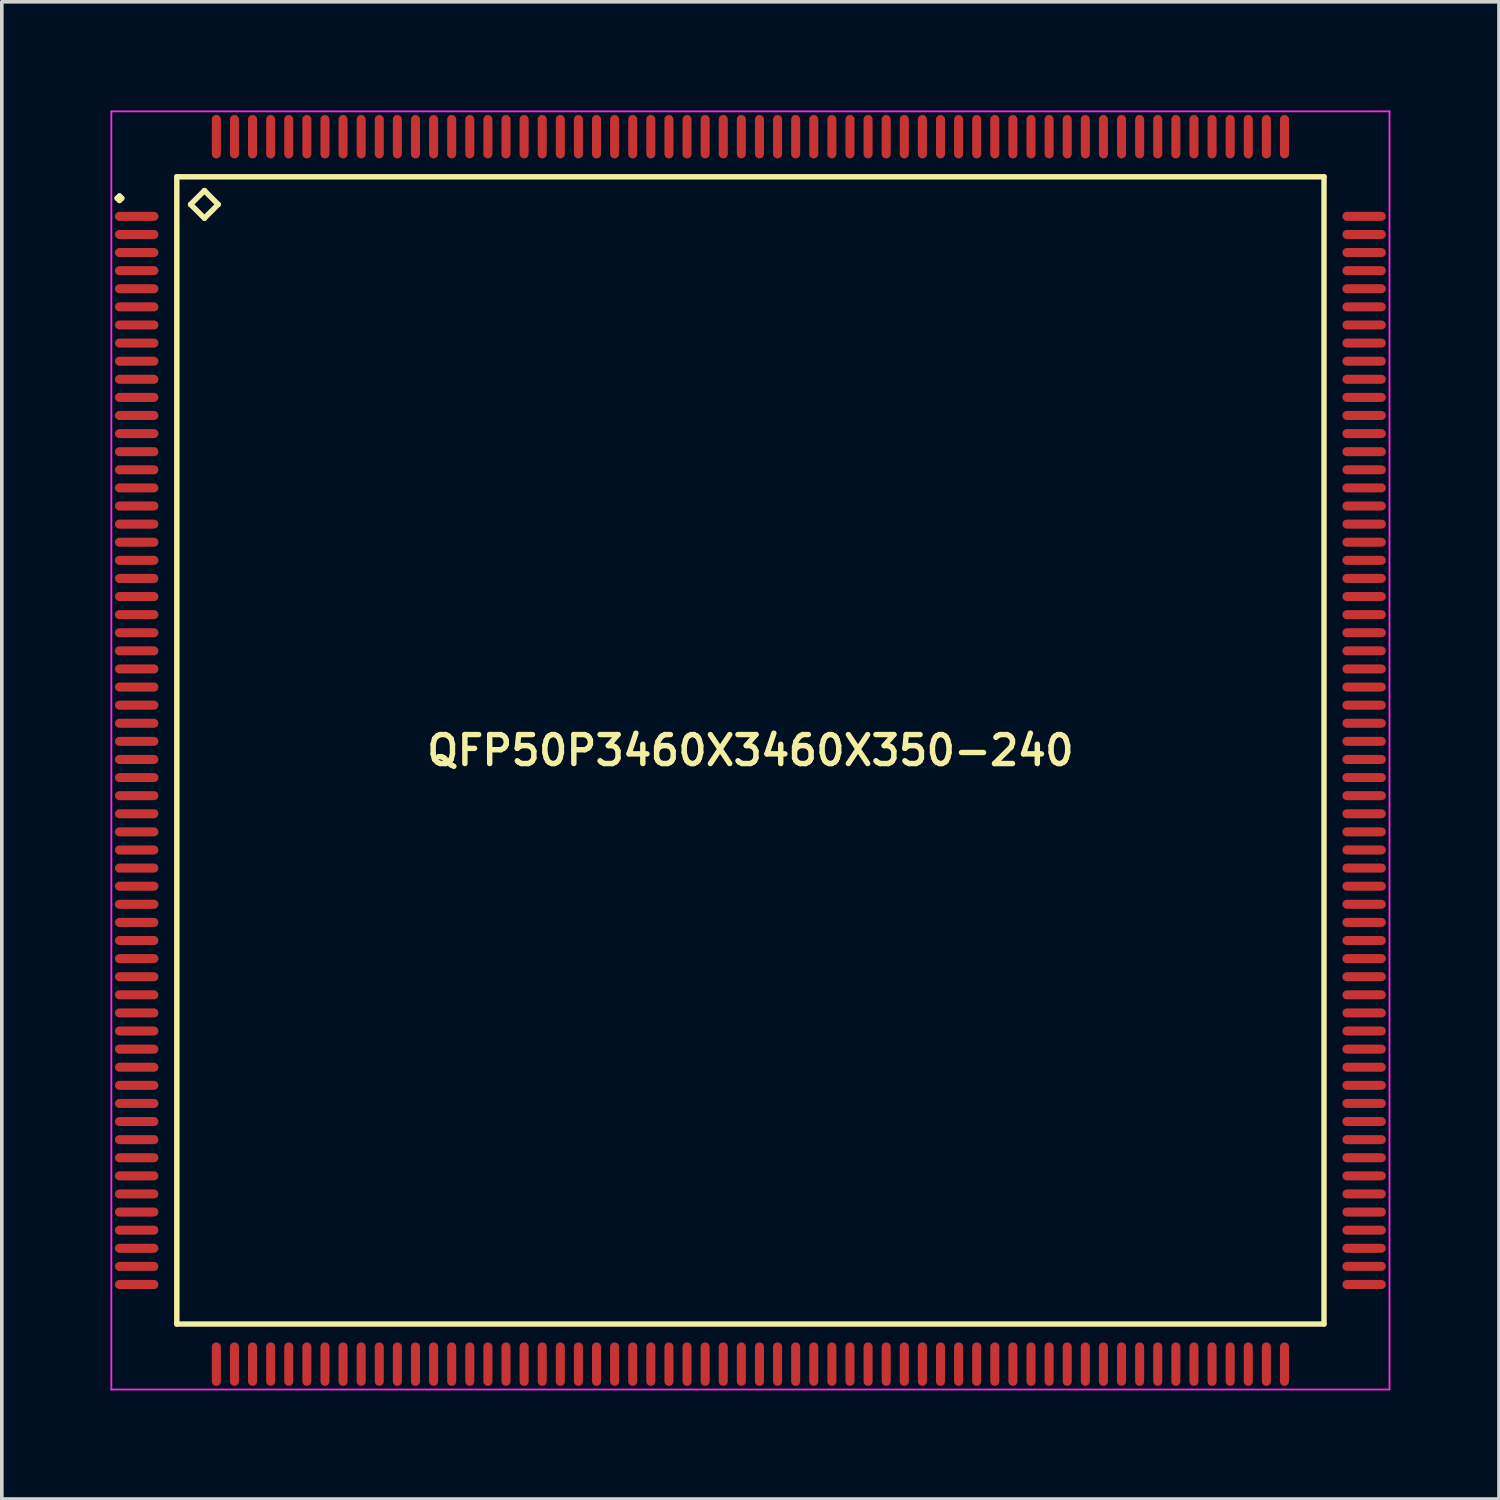
<source format=kicad_pcb>
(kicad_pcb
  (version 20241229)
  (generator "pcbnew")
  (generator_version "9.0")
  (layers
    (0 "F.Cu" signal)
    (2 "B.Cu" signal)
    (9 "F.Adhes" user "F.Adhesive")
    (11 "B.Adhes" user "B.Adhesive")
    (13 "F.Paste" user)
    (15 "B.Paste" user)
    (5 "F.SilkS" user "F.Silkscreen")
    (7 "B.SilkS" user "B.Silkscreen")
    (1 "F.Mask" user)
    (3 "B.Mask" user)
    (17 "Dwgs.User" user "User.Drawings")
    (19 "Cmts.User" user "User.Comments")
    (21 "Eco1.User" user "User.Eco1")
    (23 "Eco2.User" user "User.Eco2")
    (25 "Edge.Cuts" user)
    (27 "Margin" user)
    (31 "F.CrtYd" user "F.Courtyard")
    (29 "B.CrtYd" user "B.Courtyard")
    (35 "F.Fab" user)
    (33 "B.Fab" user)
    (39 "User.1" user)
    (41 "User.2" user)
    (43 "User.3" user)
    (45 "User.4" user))
  (footprint "QFP50P3460X3460X350-240"
    (layer "F.Cu")
    (at 17.675 17.675)
    (property "Reference" "QFP50P3460X3460X350-240" (at 0 0 0) (layer "F.SilkS") (effects (font (size 0.8 0.8) (thickness 0.15))))
    (attr smd)
    (fp_line (start -17.488 -15.25) (end -17.425 -15.312) (stroke (width 0.15) (type solid)) (layer "F.SilkS"))
    (fp_line (start -17.425 -15.312) (end -17.363 -15.25) (stroke (width 0.15) (type solid)) (layer "F.SilkS"))
    (fp_line (start -17.425 -15.188) (end -17.488 -15.25) (stroke (width 0.15) (type solid)) (layer "F.SilkS"))
    (fp_line (start -17.363 -15.25) (end -17.425 -15.188) (stroke (width 0.15) (type solid)) (layer "F.SilkS"))
    (fp_line (start -15.842 -15.842) (end -15.842 15.842) (stroke (width 0.15) (type solid)) (layer "F.SilkS"))
    (fp_line (start -15.842 15.842) (end 15.842 15.842) (stroke (width 0.15) (type solid)) (layer "F.SilkS"))
    (fp_line (start -15.461 -15.08) (end -15.08 -15.461) (stroke (width 0.15) (type solid)) (layer "F.SilkS"))
    (fp_line (start -15.08 -15.461) (end -14.699 -15.08) (stroke (width 0.15) (type solid)) (layer "F.SilkS"))
    (fp_line (start -15.08 -14.699) (end -15.461 -15.08) (stroke (width 0.15) (type solid)) (layer "F.SilkS"))
    (fp_line (start -14.699 -15.08) (end -15.08 -14.699) (stroke (width 0.15) (type solid)) (layer "F.SilkS"))
    (fp_line (start 15.842 -15.842) (end -15.842 -15.842) (stroke (width 0.15) (type solid)) (layer "F.SilkS"))
    (fp_line (start 15.842 15.842) (end 15.842 -15.842) (stroke (width 0.15) (type solid)) (layer "F.SilkS"))
    (fp_line (start -17.65 -17.65) (end 17.65 -17.65) (stroke (width 0.05) (type solid)) (layer "F.CrtYd"))
    (fp_line (start -17.65 17.65) (end -17.65 -17.65) (stroke (width 0.05) (type solid)) (layer "F.CrtYd"))
    (fp_line (start 17.65 -17.65) (end 17.65 17.65) (stroke (width 0.05) (type solid)) (layer "F.CrtYd"))
    (fp_line (start 17.65 17.65) (end -17.65 17.65) (stroke (width 0.05) (type solid)) (layer "F.CrtYd"))
    (pad "1" smd oval (at -16.95 -14.75) (size 1.2 0.25) (layers "F.Cu" "F.Mask" "F.Paste"))
    (pad "2" smd oval (at -16.95 -14.25) (size 1.2 0.25) (layers "F.Cu" "F.Mask" "F.Paste"))
    (pad "3" smd oval (at -16.95 -13.75) (size 1.2 0.25) (layers "F.Cu" "F.Mask" "F.Paste"))
    (pad "4" smd oval (at -16.95 -13.25) (size 1.2 0.25) (layers "F.Cu" "F.Mask" "F.Paste"))
    (pad "5" smd oval (at -16.95 -12.75) (size 1.2 0.25) (layers "F.Cu" "F.Mask" "F.Paste"))
    (pad "6" smd oval (at -16.95 -12.25) (size 1.2 0.25) (layers "F.Cu" "F.Mask" "F.Paste"))
    (pad "7" smd oval (at -16.95 -11.75) (size 1.2 0.25) (layers "F.Cu" "F.Mask" "F.Paste"))
    (pad "8" smd oval (at -16.95 -11.25) (size 1.2 0.25) (layers "F.Cu" "F.Mask" "F.Paste"))
    (pad "9" smd oval (at -16.95 -10.75) (size 1.2 0.25) (layers "F.Cu" "F.Mask" "F.Paste"))
    (pad "10" smd oval (at -16.95 -10.25) (size 1.2 0.25) (layers "F.Cu" "F.Mask" "F.Paste"))
    (pad "11" smd oval (at -16.95 -9.75) (size 1.2 0.25) (layers "F.Cu" "F.Mask" "F.Paste"))
    (pad "12" smd oval (at -16.95 -9.25) (size 1.2 0.25) (layers "F.Cu" "F.Mask" "F.Paste"))
    (pad "13" smd oval (at -16.95 -8.75) (size 1.2 0.25) (layers "F.Cu" "F.Mask" "F.Paste"))
    (pad "14" smd oval (at -16.95 -8.25) (size 1.2 0.25) (layers "F.Cu" "F.Mask" "F.Paste"))
    (pad "15" smd oval (at -16.95 -7.75) (size 1.2 0.25) (layers "F.Cu" "F.Mask" "F.Paste"))
    (pad "16" smd oval (at -16.95 -7.25) (size 1.2 0.25) (layers "F.Cu" "F.Mask" "F.Paste"))
    (pad "17" smd oval (at -16.95 -6.75) (size 1.2 0.25) (layers "F.Cu" "F.Mask" "F.Paste"))
    (pad "18" smd oval (at -16.95 -6.25) (size 1.2 0.25) (layers "F.Cu" "F.Mask" "F.Paste"))
    (pad "19" smd oval (at -16.95 -5.75) (size 1.2 0.25) (layers "F.Cu" "F.Mask" "F.Paste"))
    (pad "20" smd oval (at -16.95 -5.25) (size 1.2 0.25) (layers "F.Cu" "F.Mask" "F.Paste"))
    (pad "21" smd oval (at -16.95 -4.75) (size 1.2 0.25) (layers "F.Cu" "F.Mask" "F.Paste"))
    (pad "22" smd oval (at -16.95 -4.25) (size 1.2 0.25) (layers "F.Cu" "F.Mask" "F.Paste"))
    (pad "23" smd oval (at -16.95 -3.75) (size 1.2 0.25) (layers "F.Cu" "F.Mask" "F.Paste"))
    (pad "24" smd oval (at -16.95 -3.25) (size 1.2 0.25) (layers "F.Cu" "F.Mask" "F.Paste"))
    (pad "25" smd oval (at -16.95 -2.75) (size 1.2 0.25) (layers "F.Cu" "F.Mask" "F.Paste"))
    (pad "26" smd oval (at -16.95 -2.25) (size 1.2 0.25) (layers "F.Cu" "F.Mask" "F.Paste"))
    (pad "27" smd oval (at -16.95 -1.75) (size 1.2 0.25) (layers "F.Cu" "F.Mask" "F.Paste"))
    (pad "28" smd oval (at -16.95 -1.25) (size 1.2 0.25) (layers "F.Cu" "F.Mask" "F.Paste"))
    (pad "29" smd oval (at -16.95 -0.75) (size 1.2 0.25) (layers "F.Cu" "F.Mask" "F.Paste"))
    (pad "30" smd oval (at -16.95 -0.25) (size 1.2 0.25) (layers "F.Cu" "F.Mask" "F.Paste"))
    (pad "31" smd oval (at -16.95 0.25) (size 1.2 0.25) (layers "F.Cu" "F.Mask" "F.Paste"))
    (pad "32" smd oval (at -16.95 0.75) (size 1.2 0.25) (layers "F.Cu" "F.Mask" "F.Paste"))
    (pad "33" smd oval (at -16.95 1.25) (size 1.2 0.25) (layers "F.Cu" "F.Mask" "F.Paste"))
    (pad "34" smd oval (at -16.95 1.75) (size 1.2 0.25) (layers "F.Cu" "F.Mask" "F.Paste"))
    (pad "35" smd oval (at -16.95 2.25) (size 1.2 0.25) (layers "F.Cu" "F.Mask" "F.Paste"))
    (pad "36" smd oval (at -16.95 2.75) (size 1.2 0.25) (layers "F.Cu" "F.Mask" "F.Paste"))
    (pad "37" smd oval (at -16.95 3.25) (size 1.2 0.25) (layers "F.Cu" "F.Mask" "F.Paste"))
    (pad "38" smd oval (at -16.95 3.75) (size 1.2 0.25) (layers "F.Cu" "F.Mask" "F.Paste"))
    (pad "39" smd oval (at -16.95 4.25) (size 1.2 0.25) (layers "F.Cu" "F.Mask" "F.Paste"))
    (pad "40" smd oval (at -16.95 4.75) (size 1.2 0.25) (layers "F.Cu" "F.Mask" "F.Paste"))
    (pad "41" smd oval (at -16.95 5.25) (size 1.2 0.25) (layers "F.Cu" "F.Mask" "F.Paste"))
    (pad "42" smd oval (at -16.95 5.75) (size 1.2 0.25) (layers "F.Cu" "F.Mask" "F.Paste"))
    (pad "43" smd oval (at -16.95 6.25) (size 1.2 0.25) (layers "F.Cu" "F.Mask" "F.Paste"))
    (pad "44" smd oval (at -16.95 6.75) (size 1.2 0.25) (layers "F.Cu" "F.Mask" "F.Paste"))
    (pad "45" smd oval (at -16.95 7.25) (size 1.2 0.25) (layers "F.Cu" "F.Mask" "F.Paste"))
    (pad "46" smd oval (at -16.95 7.75) (size 1.2 0.25) (layers "F.Cu" "F.Mask" "F.Paste"))
    (pad "47" smd oval (at -16.95 8.25) (size 1.2 0.25) (layers "F.Cu" "F.Mask" "F.Paste"))
    (pad "48" smd oval (at -16.95 8.75) (size 1.2 0.25) (layers "F.Cu" "F.Mask" "F.Paste"))
    (pad "49" smd oval (at -16.95 9.25) (size 1.2 0.25) (layers "F.Cu" "F.Mask" "F.Paste"))
    (pad "50" smd oval (at -16.95 9.75) (size 1.2 0.25) (layers "F.Cu" "F.Mask" "F.Paste"))
    (pad "51" smd oval (at -16.95 10.25) (size 1.2 0.25) (layers "F.Cu" "F.Mask" "F.Paste"))
    (pad "52" smd oval (at -16.95 10.75) (size 1.2 0.25) (layers "F.Cu" "F.Mask" "F.Paste"))
    (pad "53" smd oval (at -16.95 11.25) (size 1.2 0.25) (layers "F.Cu" "F.Mask" "F.Paste"))
    (pad "54" smd oval (at -16.95 11.75) (size 1.2 0.25) (layers "F.Cu" "F.Mask" "F.Paste"))
    (pad "55" smd oval (at -16.95 12.25) (size 1.2 0.25) (layers "F.Cu" "F.Mask" "F.Paste"))
    (pad "56" smd oval (at -16.95 12.75) (size 1.2 0.25) (layers "F.Cu" "F.Mask" "F.Paste"))
    (pad "57" smd oval (at -16.95 13.25) (size 1.2 0.25) (layers "F.Cu" "F.Mask" "F.Paste"))
    (pad "58" smd oval (at -16.95 13.75) (size 1.2 0.25) (layers "F.Cu" "F.Mask" "F.Paste"))
    (pad "59" smd oval (at -16.95 14.25) (size 1.2 0.25) (layers "F.Cu" "F.Mask" "F.Paste"))
    (pad "60" smd oval (at -16.95 14.75) (size 1.2 0.25) (layers "F.Cu" "F.Mask" "F.Paste"))
    (pad "61" smd oval (at -14.75 16.95) (size 0.25 1.2) (layers "F.Cu" "F.Mask" "F.Paste"))
    (pad "62" smd oval (at -14.25 16.95) (size 0.25 1.2) (layers "F.Cu" "F.Mask" "F.Paste"))
    (pad "63" smd oval (at -13.75 16.95) (size 0.25 1.2) (layers "F.Cu" "F.Mask" "F.Paste"))
    (pad "64" smd oval (at -13.25 16.95) (size 0.25 1.2) (layers "F.Cu" "F.Mask" "F.Paste"))
    (pad "65" smd oval (at -12.75 16.95) (size 0.25 1.2) (layers "F.Cu" "F.Mask" "F.Paste"))
    (pad "66" smd oval (at -12.25 16.95) (size 0.25 1.2) (layers "F.Cu" "F.Mask" "F.Paste"))
    (pad "67" smd oval (at -11.75 16.95) (size 0.25 1.2) (layers "F.Cu" "F.Mask" "F.Paste"))
    (pad "68" smd oval (at -11.25 16.95) (size 0.25 1.2) (layers "F.Cu" "F.Mask" "F.Paste"))
    (pad "69" smd oval (at -10.75 16.95) (size 0.25 1.2) (layers "F.Cu" "F.Mask" "F.Paste"))
    (pad "70" smd oval (at -10.25 16.95) (size 0.25 1.2) (layers "F.Cu" "F.Mask" "F.Paste"))
    (pad "71" smd oval (at -9.75 16.95) (size 0.25 1.2) (layers "F.Cu" "F.Mask" "F.Paste"))
    (pad "72" smd oval (at -9.25 16.95) (size 0.25 1.2) (layers "F.Cu" "F.Mask" "F.Paste"))
    (pad "73" smd oval (at -8.75 16.95) (size 0.25 1.2) (layers "F.Cu" "F.Mask" "F.Paste"))
    (pad "74" smd oval (at -8.25 16.95) (size 0.25 1.2) (layers "F.Cu" "F.Mask" "F.Paste"))
    (pad "75" smd oval (at -7.75 16.95) (size 0.25 1.2) (layers "F.Cu" "F.Mask" "F.Paste"))
    (pad "76" smd oval (at -7.25 16.95) (size 0.25 1.2) (layers "F.Cu" "F.Mask" "F.Paste"))
    (pad "77" smd oval (at -6.75 16.95) (size 0.25 1.2) (layers "F.Cu" "F.Mask" "F.Paste"))
    (pad "78" smd oval (at -6.25 16.95) (size 0.25 1.2) (layers "F.Cu" "F.Mask" "F.Paste"))
    (pad "79" smd oval (at -5.75 16.95) (size 0.25 1.2) (layers "F.Cu" "F.Mask" "F.Paste"))
    (pad "80" smd oval (at -5.25 16.95) (size 0.25 1.2) (layers "F.Cu" "F.Mask" "F.Paste"))
    (pad "81" smd oval (at -4.75 16.95) (size 0.25 1.2) (layers "F.Cu" "F.Mask" "F.Paste"))
    (pad "82" smd oval (at -4.25 16.95) (size 0.25 1.2) (layers "F.Cu" "F.Mask" "F.Paste"))
    (pad "83" smd oval (at -3.75 16.95) (size 0.25 1.2) (layers "F.Cu" "F.Mask" "F.Paste"))
    (pad "84" smd oval (at -3.25 16.95) (size 0.25 1.2) (layers "F.Cu" "F.Mask" "F.Paste"))
    (pad "85" smd oval (at -2.75 16.95) (size 0.25 1.2) (layers "F.Cu" "F.Mask" "F.Paste"))
    (pad "86" smd oval (at -2.25 16.95) (size 0.25 1.2) (layers "F.Cu" "F.Mask" "F.Paste"))
    (pad "87" smd oval (at -1.75 16.95) (size 0.25 1.2) (layers "F.Cu" "F.Mask" "F.Paste"))
    (pad "88" smd oval (at -1.25 16.95) (size 0.25 1.2) (layers "F.Cu" "F.Mask" "F.Paste"))
    (pad "89" smd oval (at -0.75 16.95) (size 0.25 1.2) (layers "F.Cu" "F.Mask" "F.Paste"))
    (pad "90" smd oval (at -0.25 16.95) (size 0.25 1.2) (layers "F.Cu" "F.Mask" "F.Paste"))
    (pad "91" smd oval (at 0.25 16.95) (size 0.25 1.2) (layers "F.Cu" "F.Mask" "F.Paste"))
    (pad "92" smd oval (at 0.75 16.95) (size 0.25 1.2) (layers "F.Cu" "F.Mask" "F.Paste"))
    (pad "93" smd oval (at 1.25 16.95) (size 0.25 1.2) (layers "F.Cu" "F.Mask" "F.Paste"))
    (pad "94" smd oval (at 1.75 16.95) (size 0.25 1.2) (layers "F.Cu" "F.Mask" "F.Paste"))
    (pad "95" smd oval (at 2.25 16.95) (size 0.25 1.2) (layers "F.Cu" "F.Mask" "F.Paste"))
    (pad "96" smd oval (at 2.75 16.95) (size 0.25 1.2) (layers "F.Cu" "F.Mask" "F.Paste"))
    (pad "97" smd oval (at 3.25 16.95) (size 0.25 1.2) (layers "F.Cu" "F.Mask" "F.Paste"))
    (pad "98" smd oval (at 3.75 16.95) (size 0.25 1.2) (layers "F.Cu" "F.Mask" "F.Paste"))
    (pad "99" smd oval (at 4.25 16.95) (size 0.25 1.2) (layers "F.Cu" "F.Mask" "F.Paste"))
    (pad "100" smd oval (at 4.75 16.95) (size 0.25 1.2) (layers "F.Cu" "F.Mask" "F.Paste"))
    (pad "101" smd oval (at 5.25 16.95) (size 0.25 1.2) (layers "F.Cu" "F.Mask" "F.Paste"))
    (pad "102" smd oval (at 5.75 16.95) (size 0.25 1.2) (layers "F.Cu" "F.Mask" "F.Paste"))
    (pad "103" smd oval (at 6.25 16.95) (size 0.25 1.2) (layers "F.Cu" "F.Mask" "F.Paste"))
    (pad "104" smd oval (at 6.75 16.95) (size 0.25 1.2) (layers "F.Cu" "F.Mask" "F.Paste"))
    (pad "105" smd oval (at 7.25 16.95) (size 0.25 1.2) (layers "F.Cu" "F.Mask" "F.Paste"))
    (pad "106" smd oval (at 7.75 16.95) (size 0.25 1.2) (layers "F.Cu" "F.Mask" "F.Paste"))
    (pad "107" smd oval (at 8.25 16.95) (size 0.25 1.2) (layers "F.Cu" "F.Mask" "F.Paste"))
    (pad "108" smd oval (at 8.75 16.95) (size 0.25 1.2) (layers "F.Cu" "F.Mask" "F.Paste"))
    (pad "109" smd oval (at 9.25 16.95) (size 0.25 1.2) (layers "F.Cu" "F.Mask" "F.Paste"))
    (pad "110" smd oval (at 9.75 16.95) (size 0.25 1.2) (layers "F.Cu" "F.Mask" "F.Paste"))
    (pad "111" smd oval (at 10.25 16.95) (size 0.25 1.2) (layers "F.Cu" "F.Mask" "F.Paste"))
    (pad "112" smd oval (at 10.75 16.95) (size 0.25 1.2) (layers "F.Cu" "F.Mask" "F.Paste"))
    (pad "113" smd oval (at 11.25 16.95) (size 0.25 1.2) (layers "F.Cu" "F.Mask" "F.Paste"))
    (pad "114" smd oval (at 11.75 16.95) (size 0.25 1.2) (layers "F.Cu" "F.Mask" "F.Paste"))
    (pad "115" smd oval (at 12.25 16.95) (size 0.25 1.2) (layers "F.Cu" "F.Mask" "F.Paste"))
    (pad "116" smd oval (at 12.75 16.95) (size 0.25 1.2) (layers "F.Cu" "F.Mask" "F.Paste"))
    (pad "117" smd oval (at 13.25 16.95) (size 0.25 1.2) (layers "F.Cu" "F.Mask" "F.Paste"))
    (pad "118" smd oval (at 13.75 16.95) (size 0.25 1.2) (layers "F.Cu" "F.Mask" "F.Paste"))
    (pad "119" smd oval (at 14.25 16.95) (size 0.25 1.2) (layers "F.Cu" "F.Mask" "F.Paste"))
    (pad "120" smd oval (at 14.75 16.95) (size 0.25 1.2) (layers "F.Cu" "F.Mask" "F.Paste"))
    (pad "121" smd oval (at 16.95 14.75) (size 1.2 0.25) (layers "F.Cu" "F.Mask" "F.Paste"))
    (pad "122" smd oval (at 16.95 14.25) (size 1.2 0.25) (layers "F.Cu" "F.Mask" "F.Paste"))
    (pad "123" smd oval (at 16.95 13.75) (size 1.2 0.25) (layers "F.Cu" "F.Mask" "F.Paste"))
    (pad "124" smd oval (at 16.95 13.25) (size 1.2 0.25) (layers "F.Cu" "F.Mask" "F.Paste"))
    (pad "125" smd oval (at 16.95 12.75) (size 1.2 0.25) (layers "F.Cu" "F.Mask" "F.Paste"))
    (pad "126" smd oval (at 16.95 12.25) (size 1.2 0.25) (layers "F.Cu" "F.Mask" "F.Paste"))
    (pad "127" smd oval (at 16.95 11.75) (size 1.2 0.25) (layers "F.Cu" "F.Mask" "F.Paste"))
    (pad "128" smd oval (at 16.95 11.25) (size 1.2 0.25) (layers "F.Cu" "F.Mask" "F.Paste"))
    (pad "129" smd oval (at 16.95 10.75) (size 1.2 0.25) (layers "F.Cu" "F.Mask" "F.Paste"))
    (pad "130" smd oval (at 16.95 10.25) (size 1.2 0.25) (layers "F.Cu" "F.Mask" "F.Paste"))
    (pad "131" smd oval (at 16.95 9.75) (size 1.2 0.25) (layers "F.Cu" "F.Mask" "F.Paste"))
    (pad "132" smd oval (at 16.95 9.25) (size 1.2 0.25) (layers "F.Cu" "F.Mask" "F.Paste"))
    (pad "133" smd oval (at 16.95 8.75) (size 1.2 0.25) (layers "F.Cu" "F.Mask" "F.Paste"))
    (pad "134" smd oval (at 16.95 8.25) (size 1.2 0.25) (layers "F.Cu" "F.Mask" "F.Paste"))
    (pad "135" smd oval (at 16.95 7.75) (size 1.2 0.25) (layers "F.Cu" "F.Mask" "F.Paste"))
    (pad "136" smd oval (at 16.95 7.25) (size 1.2 0.25) (layers "F.Cu" "F.Mask" "F.Paste"))
    (pad "137" smd oval (at 16.95 6.75) (size 1.2 0.25) (layers "F.Cu" "F.Mask" "F.Paste"))
    (pad "138" smd oval (at 16.95 6.25) (size 1.2 0.25) (layers "F.Cu" "F.Mask" "F.Paste"))
    (pad "139" smd oval (at 16.95 5.75) (size 1.2 0.25) (layers "F.Cu" "F.Mask" "F.Paste"))
    (pad "140" smd oval (at 16.95 5.25) (size 1.2 0.25) (layers "F.Cu" "F.Mask" "F.Paste"))
    (pad "141" smd oval (at 16.95 4.75) (size 1.2 0.25) (layers "F.Cu" "F.Mask" "F.Paste"))
    (pad "142" smd oval (at 16.95 4.25) (size 1.2 0.25) (layers "F.Cu" "F.Mask" "F.Paste"))
    (pad "143" smd oval (at 16.95 3.75) (size 1.2 0.25) (layers "F.Cu" "F.Mask" "F.Paste"))
    (pad "144" smd oval (at 16.95 3.25) (size 1.2 0.25) (layers "F.Cu" "F.Mask" "F.Paste"))
    (pad "145" smd oval (at 16.95 2.75) (size 1.2 0.25) (layers "F.Cu" "F.Mask" "F.Paste"))
    (pad "146" smd oval (at 16.95 2.25) (size 1.2 0.25) (layers "F.Cu" "F.Mask" "F.Paste"))
    (pad "147" smd oval (at 16.95 1.75) (size 1.2 0.25) (layers "F.Cu" "F.Mask" "F.Paste"))
    (pad "148" smd oval (at 16.95 1.25) (size 1.2 0.25) (layers "F.Cu" "F.Mask" "F.Paste"))
    (pad "149" smd oval (at 16.95 0.75) (size 1.2 0.25) (layers "F.Cu" "F.Mask" "F.Paste"))
    (pad "150" smd oval (at 16.95 0.25) (size 1.2 0.25) (layers "F.Cu" "F.Mask" "F.Paste"))
    (pad "151" smd oval (at 16.95 -0.25) (size 1.2 0.25) (layers "F.Cu" "F.Mask" "F.Paste"))
    (pad "152" smd oval (at 16.95 -0.75) (size 1.2 0.25) (layers "F.Cu" "F.Mask" "F.Paste"))
    (pad "153" smd oval (at 16.95 -1.25) (size 1.2 0.25) (layers "F.Cu" "F.Mask" "F.Paste"))
    (pad "154" smd oval (at 16.95 -1.75) (size 1.2 0.25) (layers "F.Cu" "F.Mask" "F.Paste"))
    (pad "155" smd oval (at 16.95 -2.25) (size 1.2 0.25) (layers "F.Cu" "F.Mask" "F.Paste"))
    (pad "156" smd oval (at 16.95 -2.75) (size 1.2 0.25) (layers "F.Cu" "F.Mask" "F.Paste"))
    (pad "157" smd oval (at 16.95 -3.25) (size 1.2 0.25) (layers "F.Cu" "F.Mask" "F.Paste"))
    (pad "158" smd oval (at 16.95 -3.75) (size 1.2 0.25) (layers "F.Cu" "F.Mask" "F.Paste"))
    (pad "159" smd oval (at 16.95 -4.25) (size 1.2 0.25) (layers "F.Cu" "F.Mask" "F.Paste"))
    (pad "160" smd oval (at 16.95 -4.75) (size 1.2 0.25) (layers "F.Cu" "F.Mask" "F.Paste"))
    (pad "161" smd oval (at 16.95 -5.25) (size 1.2 0.25) (layers "F.Cu" "F.Mask" "F.Paste"))
    (pad "162" smd oval (at 16.95 -5.75) (size 1.2 0.25) (layers "F.Cu" "F.Mask" "F.Paste"))
    (pad "163" smd oval (at 16.95 -6.25) (size 1.2 0.25) (layers "F.Cu" "F.Mask" "F.Paste"))
    (pad "164" smd oval (at 16.95 -6.75) (size 1.2 0.25) (layers "F.Cu" "F.Mask" "F.Paste"))
    (pad "165" smd oval (at 16.95 -7.25) (size 1.2 0.25) (layers "F.Cu" "F.Mask" "F.Paste"))
    (pad "166" smd oval (at 16.95 -7.75) (size 1.2 0.25) (layers "F.Cu" "F.Mask" "F.Paste"))
    (pad "167" smd oval (at 16.95 -8.25) (size 1.2 0.25) (layers "F.Cu" "F.Mask" "F.Paste"))
    (pad "168" smd oval (at 16.95 -8.75) (size 1.2 0.25) (layers "F.Cu" "F.Mask" "F.Paste"))
    (pad "169" smd oval (at 16.95 -9.25) (size 1.2 0.25) (layers "F.Cu" "F.Mask" "F.Paste"))
    (pad "170" smd oval (at 16.95 -9.75) (size 1.2 0.25) (layers "F.Cu" "F.Mask" "F.Paste"))
    (pad "171" smd oval (at 16.95 -10.25) (size 1.2 0.25) (layers "F.Cu" "F.Mask" "F.Paste"))
    (pad "172" smd oval (at 16.95 -10.75) (size 1.2 0.25) (layers "F.Cu" "F.Mask" "F.Paste"))
    (pad "173" smd oval (at 16.95 -11.25) (size 1.2 0.25) (layers "F.Cu" "F.Mask" "F.Paste"))
    (pad "174" smd oval (at 16.95 -11.75) (size 1.2 0.25) (layers "F.Cu" "F.Mask" "F.Paste"))
    (pad "175" smd oval (at 16.95 -12.25) (size 1.2 0.25) (layers "F.Cu" "F.Mask" "F.Paste"))
    (pad "176" smd oval (at 16.95 -12.75) (size 1.2 0.25) (layers "F.Cu" "F.Mask" "F.Paste"))
    (pad "177" smd oval (at 16.95 -13.25) (size 1.2 0.25) (layers "F.Cu" "F.Mask" "F.Paste"))
    (pad "178" smd oval (at 16.95 -13.75) (size 1.2 0.25) (layers "F.Cu" "F.Mask" "F.Paste"))
    (pad "179" smd oval (at 16.95 -14.25) (size 1.2 0.25) (layers "F.Cu" "F.Mask" "F.Paste"))
    (pad "180" smd oval (at 16.95 -14.75) (size 1.2 0.25) (layers "F.Cu" "F.Mask" "F.Paste"))
    (pad "181" smd oval (at 14.75 -16.95) (size 0.25 1.2) (layers "F.Cu" "F.Mask" "F.Paste"))
    (pad "182" smd oval (at 14.25 -16.95) (size 0.25 1.2) (layers "F.Cu" "F.Mask" "F.Paste"))
    (pad "183" smd oval (at 13.75 -16.95) (size 0.25 1.2) (layers "F.Cu" "F.Mask" "F.Paste"))
    (pad "184" smd oval (at 13.25 -16.95) (size 0.25 1.2) (layers "F.Cu" "F.Mask" "F.Paste"))
    (pad "185" smd oval (at 12.75 -16.95) (size 0.25 1.2) (layers "F.Cu" "F.Mask" "F.Paste"))
    (pad "186" smd oval (at 12.25 -16.95) (size 0.25 1.2) (layers "F.Cu" "F.Mask" "F.Paste"))
    (pad "187" smd oval (at 11.75 -16.95) (size 0.25 1.2) (layers "F.Cu" "F.Mask" "F.Paste"))
    (pad "188" smd oval (at 11.25 -16.95) (size 0.25 1.2) (layers "F.Cu" "F.Mask" "F.Paste"))
    (pad "189" smd oval (at 10.75 -16.95) (size 0.25 1.2) (layers "F.Cu" "F.Mask" "F.Paste"))
    (pad "190" smd oval (at 10.25 -16.95) (size 0.25 1.2) (layers "F.Cu" "F.Mask" "F.Paste"))
    (pad "191" smd oval (at 9.75 -16.95) (size 0.25 1.2) (layers "F.Cu" "F.Mask" "F.Paste"))
    (pad "192" smd oval (at 9.25 -16.95) (size 0.25 1.2) (layers "F.Cu" "F.Mask" "F.Paste"))
    (pad "193" smd oval (at 8.75 -16.95) (size 0.25 1.2) (layers "F.Cu" "F.Mask" "F.Paste"))
    (pad "194" smd oval (at 8.25 -16.95) (size 0.25 1.2) (layers "F.Cu" "F.Mask" "F.Paste"))
    (pad "195" smd oval (at 7.75 -16.95) (size 0.25 1.2) (layers "F.Cu" "F.Mask" "F.Paste"))
    (pad "196" smd oval (at 7.25 -16.95) (size 0.25 1.2) (layers "F.Cu" "F.Mask" "F.Paste"))
    (pad "197" smd oval (at 6.75 -16.95) (size 0.25 1.2) (layers "F.Cu" "F.Mask" "F.Paste"))
    (pad "198" smd oval (at 6.25 -16.95) (size 0.25 1.2) (layers "F.Cu" "F.Mask" "F.Paste"))
    (pad "199" smd oval (at 5.75 -16.95) (size 0.25 1.2) (layers "F.Cu" "F.Mask" "F.Paste"))
    (pad "200" smd oval (at 5.25 -16.95) (size 0.25 1.2) (layers "F.Cu" "F.Mask" "F.Paste"))
    (pad "201" smd oval (at 4.75 -16.95) (size 0.25 1.2) (layers "F.Cu" "F.Mask" "F.Paste"))
    (pad "202" smd oval (at 4.25 -16.95) (size 0.25 1.2) (layers "F.Cu" "F.Mask" "F.Paste"))
    (pad "203" smd oval (at 3.75 -16.95) (size 0.25 1.2) (layers "F.Cu" "F.Mask" "F.Paste"))
    (pad "204" smd oval (at 3.25 -16.95) (size 0.25 1.2) (layers "F.Cu" "F.Mask" "F.Paste"))
    (pad "205" smd oval (at 2.75 -16.95) (size 0.25 1.2) (layers "F.Cu" "F.Mask" "F.Paste"))
    (pad "206" smd oval (at 2.25 -16.95) (size 0.25 1.2) (layers "F.Cu" "F.Mask" "F.Paste"))
    (pad "207" smd oval (at 1.75 -16.95) (size 0.25 1.2) (layers "F.Cu" "F.Mask" "F.Paste"))
    (pad "208" smd oval (at 1.25 -16.95) (size 0.25 1.2) (layers "F.Cu" "F.Mask" "F.Paste"))
    (pad "209" smd oval (at 0.75 -16.95) (size 0.25 1.2) (layers "F.Cu" "F.Mask" "F.Paste"))
    (pad "210" smd oval (at 0.25 -16.95) (size 0.25 1.2) (layers "F.Cu" "F.Mask" "F.Paste"))
    (pad "211" smd oval (at -0.25 -16.95) (size 0.25 1.2) (layers "F.Cu" "F.Mask" "F.Paste"))
    (pad "212" smd oval (at -0.75 -16.95) (size 0.25 1.2) (layers "F.Cu" "F.Mask" "F.Paste"))
    (pad "213" smd oval (at -1.25 -16.95) (size 0.25 1.2) (layers "F.Cu" "F.Mask" "F.Paste"))
    (pad "214" smd oval (at -1.75 -16.95) (size 0.25 1.2) (layers "F.Cu" "F.Mask" "F.Paste"))
    (pad "215" smd oval (at -2.25 -16.95) (size 0.25 1.2) (layers "F.Cu" "F.Mask" "F.Paste"))
    (pad "216" smd oval (at -2.75 -16.95) (size 0.25 1.2) (layers "F.Cu" "F.Mask" "F.Paste"))
    (pad "217" smd oval (at -3.25 -16.95) (size 0.25 1.2) (layers "F.Cu" "F.Mask" "F.Paste"))
    (pad "218" smd oval (at -3.75 -16.95) (size 0.25 1.2) (layers "F.Cu" "F.Mask" "F.Paste"))
    (pad "219" smd oval (at -4.25 -16.95) (size 0.25 1.2) (layers "F.Cu" "F.Mask" "F.Paste"))
    (pad "220" smd oval (at -4.75 -16.95) (size 0.25 1.2) (layers "F.Cu" "F.Mask" "F.Paste"))
    (pad "221" smd oval (at -5.25 -16.95) (size 0.25 1.2) (layers "F.Cu" "F.Mask" "F.Paste"))
    (pad "222" smd oval (at -5.75 -16.95) (size 0.25 1.2) (layers "F.Cu" "F.Mask" "F.Paste"))
    (pad "223" smd oval (at -6.25 -16.95) (size 0.25 1.2) (layers "F.Cu" "F.Mask" "F.Paste"))
    (pad "224" smd oval (at -6.75 -16.95) (size 0.25 1.2) (layers "F.Cu" "F.Mask" "F.Paste"))
    (pad "225" smd oval (at -7.25 -16.95) (size 0.25 1.2) (layers "F.Cu" "F.Mask" "F.Paste"))
    (pad "226" smd oval (at -7.75 -16.95) (size 0.25 1.2) (layers "F.Cu" "F.Mask" "F.Paste"))
    (pad "227" smd oval (at -8.25 -16.95) (size 0.25 1.2) (layers "F.Cu" "F.Mask" "F.Paste"))
    (pad "228" smd oval (at -8.75 -16.95) (size 0.25 1.2) (layers "F.Cu" "F.Mask" "F.Paste"))
    (pad "229" smd oval (at -9.25 -16.95) (size 0.25 1.2) (layers "F.Cu" "F.Mask" "F.Paste"))
    (pad "230" smd oval (at -9.75 -16.95) (size 0.25 1.2) (layers "F.Cu" "F.Mask" "F.Paste"))
    (pad "231" smd oval (at -10.25 -16.95) (size 0.25 1.2) (layers "F.Cu" "F.Mask" "F.Paste"))
    (pad "232" smd oval (at -10.75 -16.95) (size 0.25 1.2) (layers "F.Cu" "F.Mask" "F.Paste"))
    (pad "233" smd oval (at -11.25 -16.95) (size 0.25 1.2) (layers "F.Cu" "F.Mask" "F.Paste"))
    (pad "234" smd oval (at -11.75 -16.95) (size 0.25 1.2) (layers "F.Cu" "F.Mask" "F.Paste"))
    (pad "235" smd oval (at -12.25 -16.95) (size 0.25 1.2) (layers "F.Cu" "F.Mask" "F.Paste"))
    (pad "236" smd oval (at -12.75 -16.95) (size 0.25 1.2) (layers "F.Cu" "F.Mask" "F.Paste"))
    (pad "237" smd oval (at -13.25 -16.95) (size 0.25 1.2) (layers "F.Cu" "F.Mask" "F.Paste"))
    (pad "238" smd oval (at -13.75 -16.95) (size 0.25 1.2) (layers "F.Cu" "F.Mask" "F.Paste"))
    (pad "239" smd oval (at -14.25 -16.95) (size 0.25 1.2) (layers "F.Cu" "F.Mask" "F.Paste"))
    (pad "240" smd oval (at -14.75 -16.95) (size 0.25 1.2) (layers "F.Cu" "F.Mask" "F.Paste")))
  (gr_rect
    (start -3 -3)
    (end 38.35 38.35)
    (stroke (width 0.1) (type default))
    (fill no)
    (layer "Edge.Cuts")))
</source>
